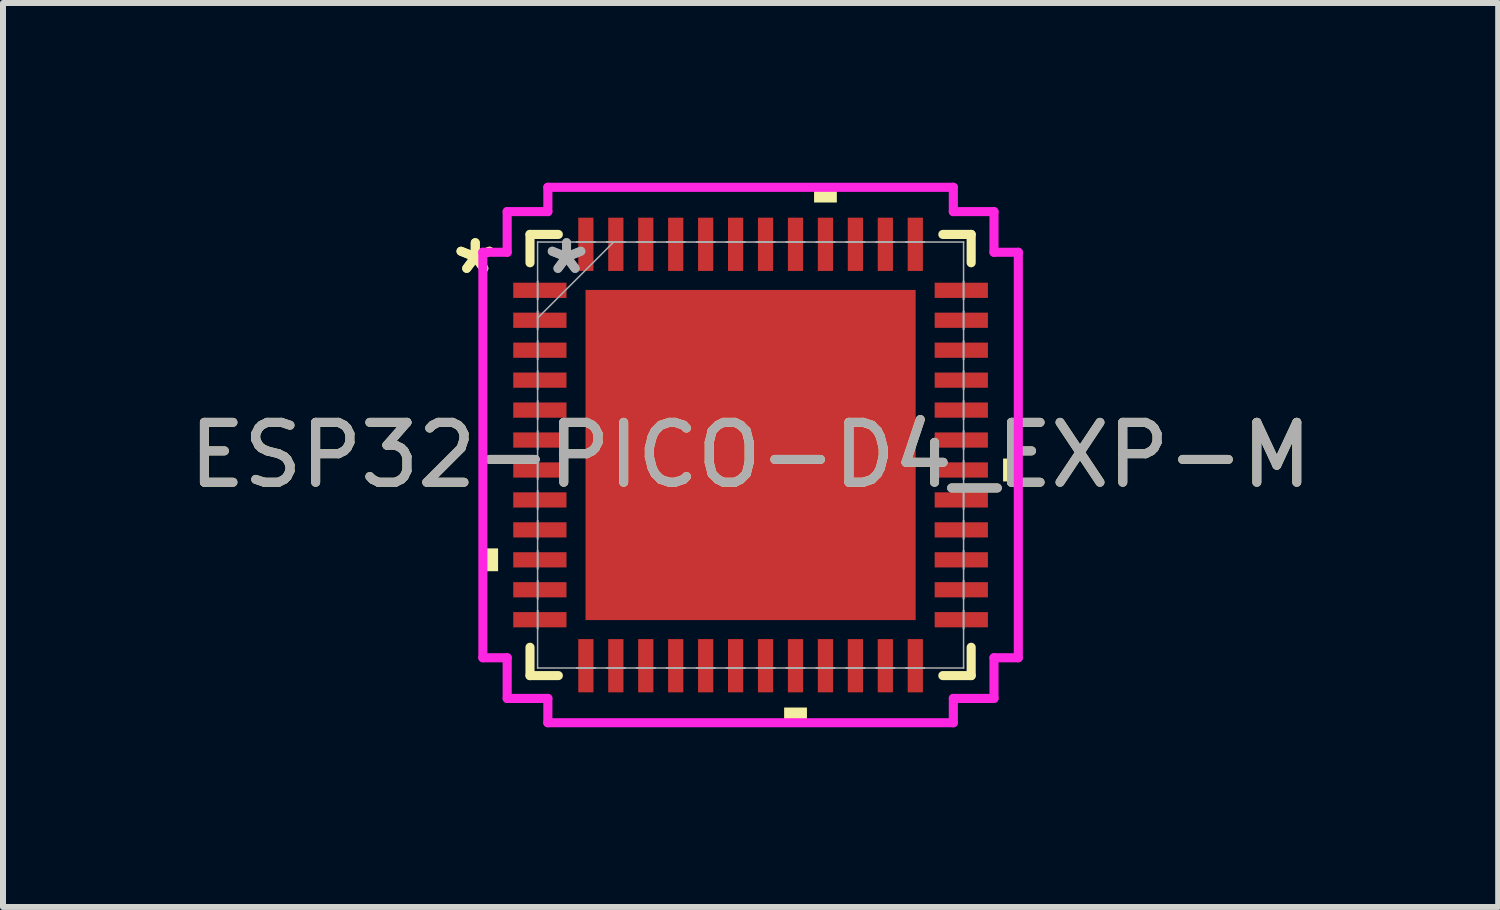
<source format=kicad_pcb>
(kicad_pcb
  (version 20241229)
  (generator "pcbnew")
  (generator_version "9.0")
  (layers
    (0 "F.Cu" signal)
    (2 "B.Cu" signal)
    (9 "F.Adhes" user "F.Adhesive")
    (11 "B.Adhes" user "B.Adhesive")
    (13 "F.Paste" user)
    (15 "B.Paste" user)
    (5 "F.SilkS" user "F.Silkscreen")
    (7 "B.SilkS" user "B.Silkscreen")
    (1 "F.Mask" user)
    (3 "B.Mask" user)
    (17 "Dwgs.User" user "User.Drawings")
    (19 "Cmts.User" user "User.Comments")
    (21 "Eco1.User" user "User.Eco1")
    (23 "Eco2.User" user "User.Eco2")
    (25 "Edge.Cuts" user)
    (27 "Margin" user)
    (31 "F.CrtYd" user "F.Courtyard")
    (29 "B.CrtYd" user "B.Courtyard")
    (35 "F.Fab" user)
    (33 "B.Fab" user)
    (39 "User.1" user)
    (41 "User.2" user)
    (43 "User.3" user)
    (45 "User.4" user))
  (footprint "ESP32-PICO-D4_EXP-M"
    (layer "F.Cu")
    (at 9.482 4.547)
    (property "Reference" "ESP32-PICO-D4_EXP-M" (at 0 0 0) (unlocked yes) (layer "F.SilkS") (effects (font (size 1 1) (thickness 0.15))))
    (attr smd)
    (fp_line (start -3.683 -3.683) (end -3.683 -3.21) (stroke (width 0.152) (type solid)) (layer "F.SilkS"))
    (fp_line (start -3.683 3.21) (end -3.683 3.683) (stroke (width 0.152) (type solid)) (layer "F.SilkS"))
    (fp_line (start -3.683 3.683) (end -3.21 3.683) (stroke (width 0.152) (type solid)) (layer "F.SilkS"))
    (fp_line (start -3.21 -3.683) (end -3.683 -3.683) (stroke (width 0.152) (type solid)) (layer "F.SilkS"))
    (fp_line (start 3.21 3.683) (end 3.683 3.683) (stroke (width 0.152) (type solid)) (layer "F.SilkS"))
    (fp_line (start 3.683 -3.683) (end 3.21 -3.683) (stroke (width 0.152) (type solid)) (layer "F.SilkS"))
    (fp_line (start 3.683 -3.21) (end 3.683 -3.683) (stroke (width 0.152) (type solid)) (layer "F.SilkS"))
    (fp_line (start 3.683 3.683) (end 3.683 3.21) (stroke (width 0.152) (type solid)) (layer "F.SilkS"))
    (fp_poly (pts (xy -4.47 1.559) (xy -4.47 1.94) (xy -4.216 1.94) (xy -4.216 1.559)) (stroke (width 0) (type solid)) (fill yes) (layer "F.SilkS"))
    (fp_poly (pts (xy 0.56 4.216) (xy 0.56 4.47) (xy 0.941 4.47) (xy 0.941 4.216)) (stroke (width 0) (type solid)) (fill yes) (layer "F.SilkS"))
    (fp_poly (pts (xy 1.06 -4.216) (xy 1.06 -4.47) (xy 1.44 -4.47) (xy 1.44 -4.216)) (stroke (width 0) (type solid)) (fill yes) (layer "F.SilkS"))
    (fp_poly (pts (xy 4.47 0.059) (xy 4.47 0.441) (xy 4.216 0.441) (xy 4.216 0.059)) (stroke (width 0) (type solid)) (fill yes) (layer "F.SilkS"))
    (fp_poly (pts (xy -2.656 -2.656) (xy -2.656 -1.478) (xy -1.478 -1.478) (xy -1.478 -2.656)) (stroke (width 0) (type solid)) (fill yes) (layer "F.Paste"))
    (fp_poly (pts (xy -2.656 -1.278) (xy -2.656 -0.1) (xy -1.478 -0.1) (xy -1.478 -1.278)) (stroke (width 0) (type solid)) (fill yes) (layer "F.Paste"))
    (fp_poly (pts (xy -2.656 0.1) (xy -2.656 1.278) (xy -1.478 1.278) (xy -1.478 0.1)) (stroke (width 0) (type solid)) (fill yes) (layer "F.Paste"))
    (fp_poly (pts (xy -2.656 1.478) (xy -2.656 2.656) (xy -1.478 2.656) (xy -1.478 1.478)) (stroke (width 0) (type solid)) (fill yes) (layer "F.Paste"))
    (fp_poly (pts (xy -1.278 -2.656) (xy -1.278 -1.478) (xy -0.1 -1.478) (xy -0.1 -2.656)) (stroke (width 0) (type solid)) (fill yes) (layer "F.Paste"))
    (fp_poly (pts (xy -1.278 -1.278) (xy -1.278 -0.1) (xy -0.1 -0.1) (xy -0.1 -1.278)) (stroke (width 0) (type solid)) (fill yes) (layer "F.Paste"))
    (fp_poly (pts (xy -1.278 0.1) (xy -1.278 1.278) (xy -0.1 1.278) (xy -0.1 0.1)) (stroke (width 0) (type solid)) (fill yes) (layer "F.Paste"))
    (fp_poly (pts (xy -1.278 1.478) (xy -1.278 2.656) (xy -0.1 2.656) (xy -0.1 1.478)) (stroke (width 0) (type solid)) (fill yes) (layer "F.Paste"))
    (fp_poly (pts (xy 0.1 -2.656) (xy 0.1 -1.478) (xy 1.278 -1.478) (xy 1.278 -2.656)) (stroke (width 0) (type solid)) (fill yes) (layer "F.Paste"))
    (fp_poly (pts (xy 0.1 -1.278) (xy 0.1 -0.1) (xy 1.278 -0.1) (xy 1.278 -1.278)) (stroke (width 0) (type solid)) (fill yes) (layer "F.Paste"))
    (fp_poly (pts (xy 0.1 0.1) (xy 0.1 1.278) (xy 1.278 1.278) (xy 1.278 0.1)) (stroke (width 0) (type solid)) (fill yes) (layer "F.Paste"))
    (fp_poly (pts (xy 0.1 1.478) (xy 0.1 2.656) (xy 1.278 2.656) (xy 1.278 1.478)) (stroke (width 0) (type solid)) (fill yes) (layer "F.Paste"))
    (fp_poly (pts (xy 1.478 -2.656) (xy 1.478 -1.478) (xy 2.656 -1.478) (xy 2.656 -2.656)) (stroke (width 0) (type solid)) (fill yes) (layer "F.Paste"))
    (fp_poly (pts (xy 1.478 -1.278) (xy 1.478 -0.1) (xy 2.656 -0.1) (xy 2.656 -1.278)) (stroke (width 0) (type solid)) (fill yes) (layer "F.Paste"))
    (fp_poly (pts (xy 1.478 0.1) (xy 1.478 1.278) (xy 2.656 1.278) (xy 2.656 0.1)) (stroke (width 0) (type solid)) (fill yes) (layer "F.Paste"))
    (fp_poly (pts (xy 1.478 1.478) (xy 1.478 2.656) (xy 2.656 2.656) (xy 2.656 1.478)) (stroke (width 0) (type solid)) (fill yes) (layer "F.Paste"))
    (fp_line (start -4.47 -3.385) (end -4.064 -3.385) (stroke (width 0.152) (type solid)) (layer "F.CrtYd"))
    (fp_line (start -4.47 3.385) (end -4.47 -3.385) (stroke (width 0.152) (type solid)) (layer "F.CrtYd"))
    (fp_line (start -4.064 -4.064) (end -3.385 -4.064) (stroke (width 0.152) (type solid)) (layer "F.CrtYd"))
    (fp_line (start -4.064 -3.385) (end -4.064 -4.064) (stroke (width 0.152) (type solid)) (layer "F.CrtYd"))
    (fp_line (start -4.064 3.385) (end -4.47 3.385) (stroke (width 0.152) (type solid)) (layer "F.CrtYd"))
    (fp_line (start -4.064 4.064) (end -4.064 3.385) (stroke (width 0.152) (type solid)) (layer "F.CrtYd"))
    (fp_line (start -3.385 -4.47) (end 3.385 -4.47) (stroke (width 0.152) (type solid)) (layer "F.CrtYd"))
    (fp_line (start -3.385 -4.064) (end -3.385 -4.47) (stroke (width 0.152) (type solid)) (layer "F.CrtYd"))
    (fp_line (start -3.385 4.064) (end -4.064 4.064) (stroke (width 0.152) (type solid)) (layer "F.CrtYd"))
    (fp_line (start -3.385 4.47) (end -3.385 4.064) (stroke (width 0.152) (type solid)) (layer "F.CrtYd"))
    (fp_line (start 3.385 -4.47) (end 3.385 -4.064) (stroke (width 0.152) (type solid)) (layer "F.CrtYd"))
    (fp_line (start 3.385 -4.064) (end 4.064 -4.064) (stroke (width 0.152) (type solid)) (layer "F.CrtYd"))
    (fp_line (start 3.385 4.064) (end 3.385 4.47) (stroke (width 0.152) (type solid)) (layer "F.CrtYd"))
    (fp_line (start 3.385 4.47) (end -3.385 4.47) (stroke (width 0.152) (type solid)) (layer "F.CrtYd"))
    (fp_line (start 4.064 -4.064) (end 4.064 -3.385) (stroke (width 0.152) (type solid)) (layer "F.CrtYd"))
    (fp_line (start 4.064 -3.385) (end 4.47 -3.385) (stroke (width 0.152) (type solid)) (layer "F.CrtYd"))
    (fp_line (start 4.064 3.385) (end 4.064 4.064) (stroke (width 0.152) (type solid)) (layer "F.CrtYd"))
    (fp_line (start 4.064 4.064) (end 3.385 4.064) (stroke (width 0.152) (type solid)) (layer "F.CrtYd"))
    (fp_line (start 4.47 -3.385) (end 4.47 3.385) (stroke (width 0.152) (type solid)) (layer "F.CrtYd"))
    (fp_line (start 4.47 3.385) (end 4.064 3.385) (stroke (width 0.152) (type solid)) (layer "F.CrtYd"))
    (fp_line (start -3.556 -3.556) (end -3.556 -3.556) (stroke (width 0.025) (type solid)) (layer "F.Fab"))
    (fp_line (start -3.556 -3.556) (end -3.556 3.556) (stroke (width 0.025) (type solid)) (layer "F.Fab"))
    (fp_line (start -3.556 -2.902) (end -3.556 -2.902) (stroke (width 0.025) (type solid)) (layer "F.Fab"))
    (fp_line (start -3.556 -2.902) (end -3.556 -2.598) (stroke (width 0.025) (type solid)) (layer "F.Fab"))
    (fp_line (start -3.556 -2.598) (end -3.556 -2.902) (stroke (width 0.025) (type solid)) (layer "F.Fab"))
    (fp_line (start -3.556 -2.598) (end -3.556 -2.598) (stroke (width 0.025) (type solid)) (layer "F.Fab"))
    (fp_line (start -3.556 -2.402) (end -3.556 -2.402) (stroke (width 0.025) (type solid)) (layer "F.Fab"))
    (fp_line (start -3.556 -2.402) (end -3.556 -2.098) (stroke (width 0.025) (type solid)) (layer "F.Fab"))
    (fp_line (start -3.556 -2.286) (end -2.286 -3.556) (stroke (width 0.025) (type solid)) (layer "F.Fab"))
    (fp_line (start -3.556 -2.098) (end -3.556 -2.402) (stroke (width 0.025) (type solid)) (layer "F.Fab"))
    (fp_line (start -3.556 -2.098) (end -3.556 -2.098) (stroke (width 0.025) (type solid)) (layer "F.Fab"))
    (fp_line (start -3.556 -1.902) (end -3.556 -1.902) (stroke (width 0.025) (type solid)) (layer "F.Fab"))
    (fp_line (start -3.556 -1.902) (end -3.556 -1.598) (stroke (width 0.025) (type solid)) (layer "F.Fab"))
    (fp_line (start -3.556 -1.598) (end -3.556 -1.902) (stroke (width 0.025) (type solid)) (layer "F.Fab"))
    (fp_line (start -3.556 -1.598) (end -3.556 -1.598) (stroke (width 0.025) (type solid)) (layer "F.Fab"))
    (fp_line (start -3.556 -1.402) (end -3.556 -1.402) (stroke (width 0.025) (type solid)) (layer "F.Fab"))
    (fp_line (start -3.556 -1.402) (end -3.556 -1.098) (stroke (width 0.025) (type solid)) (layer "F.Fab"))
    (fp_line (start -3.556 -1.098) (end -3.556 -1.402) (stroke (width 0.025) (type solid)) (layer "F.Fab"))
    (fp_line (start -3.556 -1.098) (end -3.556 -1.098) (stroke (width 0.025) (type solid)) (layer "F.Fab"))
    (fp_line (start -3.556 -0.902) (end -3.556 -0.902) (stroke (width 0.025) (type solid)) (layer "F.Fab"))
    (fp_line (start -3.556 -0.902) (end -3.556 -0.598) (stroke (width 0.025) (type solid)) (layer "F.Fab"))
    (fp_line (start -3.556 -0.598) (end -3.556 -0.902) (stroke (width 0.025) (type solid)) (layer "F.Fab"))
    (fp_line (start -3.556 -0.598) (end -3.556 -0.598) (stroke (width 0.025) (type solid)) (layer "F.Fab"))
    (fp_line (start -3.556 -0.402) (end -3.556 -0.402) (stroke (width 0.025) (type solid)) (layer "F.Fab"))
    (fp_line (start -3.556 -0.402) (end -3.556 -0.098) (stroke (width 0.025) (type solid)) (layer "F.Fab"))
    (fp_line (start -3.556 -0.098) (end -3.556 -0.402) (stroke (width 0.025) (type solid)) (layer "F.Fab"))
    (fp_line (start -3.556 -0.098) (end -3.556 -0.098) (stroke (width 0.025) (type solid)) (layer "F.Fab"))
    (fp_line (start -3.556 0.098) (end -3.556 0.098) (stroke (width 0.025) (type solid)) (layer "F.Fab"))
    (fp_line (start -3.556 0.098) (end -3.556 0.402) (stroke (width 0.025) (type solid)) (layer "F.Fab"))
    (fp_line (start -3.556 0.402) (end -3.556 0.098) (stroke (width 0.025) (type solid)) (layer "F.Fab"))
    (fp_line (start -3.556 0.402) (end -3.556 0.402) (stroke (width 0.025) (type solid)) (layer "F.Fab"))
    (fp_line (start -3.556 0.598) (end -3.556 0.598) (stroke (width 0.025) (type solid)) (layer "F.Fab"))
    (fp_line (start -3.556 0.598) (end -3.556 0.902) (stroke (width 0.025) (type solid)) (layer "F.Fab"))
    (fp_line (start -3.556 0.902) (end -3.556 0.598) (stroke (width 0.025) (type solid)) (layer "F.Fab"))
    (fp_line (start -3.556 0.902) (end -3.556 0.902) (stroke (width 0.025) (type solid)) (layer "F.Fab"))
    (fp_line (start -3.556 1.098) (end -3.556 1.098) (stroke (width 0.025) (type solid)) (layer "F.Fab"))
    (fp_line (start -3.556 1.098) (end -3.556 1.402) (stroke (width 0.025) (type solid)) (layer "F.Fab"))
    (fp_line (start -3.556 1.402) (end -3.556 1.098) (stroke (width 0.025) (type solid)) (layer "F.Fab"))
    (fp_line (start -3.556 1.402) (end -3.556 1.402) (stroke (width 0.025) (type solid)) (layer "F.Fab"))
    (fp_line (start -3.556 1.598) (end -3.556 1.598) (stroke (width 0.025) (type solid)) (layer "F.Fab"))
    (fp_line (start -3.556 1.598) (end -3.556 1.902) (stroke (width 0.025) (type solid)) (layer "F.Fab"))
    (fp_line (start -3.556 1.902) (end -3.556 1.598) (stroke (width 0.025) (type solid)) (layer "F.Fab"))
    (fp_line (start -3.556 1.902) (end -3.556 1.902) (stroke (width 0.025) (type solid)) (layer "F.Fab"))
    (fp_line (start -3.556 2.098) (end -3.556 2.098) (stroke (width 0.025) (type solid)) (layer "F.Fab"))
    (fp_line (start -3.556 2.098) (end -3.556 2.402) (stroke (width 0.025) (type solid)) (layer "F.Fab"))
    (fp_line (start -3.556 2.402) (end -3.556 2.098) (stroke (width 0.025) (type solid)) (layer "F.Fab"))
    (fp_line (start -3.556 2.402) (end -3.556 2.402) (stroke (width 0.025) (type solid)) (layer "F.Fab"))
    (fp_line (start -3.556 2.598) (end -3.556 2.598) (stroke (width 0.025) (type solid)) (layer "F.Fab"))
    (fp_line (start -3.556 2.598) (end -3.556 2.902) (stroke (width 0.025) (type solid)) (layer "F.Fab"))
    (fp_line (start -3.556 2.902) (end -3.556 2.598) (stroke (width 0.025) (type solid)) (layer "F.Fab"))
    (fp_line (start -3.556 2.902) (end -3.556 2.902) (stroke (width 0.025) (type solid)) (layer "F.Fab"))
    (fp_line (start -3.556 3.556) (end -3.556 3.556) (stroke (width 0.025) (type solid)) (layer "F.Fab"))
    (fp_line (start -3.556 3.556) (end 3.556 3.556) (stroke (width 0.025) (type solid)) (layer "F.Fab"))
    (fp_line (start -2.902 -3.556) (end -2.902 -3.556) (stroke (width 0.025) (type solid)) (layer "F.Fab"))
    (fp_line (start -2.902 -3.556) (end -2.598 -3.556) (stroke (width 0.025) (type solid)) (layer "F.Fab"))
    (fp_line (start -2.902 3.556) (end -2.902 3.556) (stroke (width 0.025) (type solid)) (layer "F.Fab"))
    (fp_line (start -2.902 3.556) (end -2.598 3.556) (stroke (width 0.025) (type solid)) (layer "F.Fab"))
    (fp_line (start -2.598 -3.556) (end -2.902 -3.556) (stroke (width 0.025) (type solid)) (layer "F.Fab"))
    (fp_line (start -2.598 -3.556) (end -2.598 -3.556) (stroke (width 0.025) (type solid)) (layer "F.Fab"))
    (fp_line (start -2.598 3.556) (end -2.902 3.556) (stroke (width 0.025) (type solid)) (layer "F.Fab"))
    (fp_line (start -2.598 3.556) (end -2.598 3.556) (stroke (width 0.025) (type solid)) (layer "F.Fab"))
    (fp_line (start -2.402 -3.556) (end -2.402 -3.556) (stroke (width 0.025) (type solid)) (layer "F.Fab"))
    (fp_line (start -2.402 -3.556) (end -2.098 -3.556) (stroke (width 0.025) (type solid)) (layer "F.Fab"))
    (fp_line (start -2.402 3.556) (end -2.402 3.556) (stroke (width 0.025) (type solid)) (layer "F.Fab"))
    (fp_line (start -2.402 3.556) (end -2.098 3.556) (stroke (width 0.025) (type solid)) (layer "F.Fab"))
    (fp_line (start -2.098 -3.556) (end -2.402 -3.556) (stroke (width 0.025) (type solid)) (layer "F.Fab"))
    (fp_line (start -2.098 -3.556) (end -2.098 -3.556) (stroke (width 0.025) (type solid)) (layer "F.Fab"))
    (fp_line (start -2.098 3.556) (end -2.402 3.556) (stroke (width 0.025) (type solid)) (layer "F.Fab"))
    (fp_line (start -2.098 3.556) (end -2.098 3.556) (stroke (width 0.025) (type solid)) (layer "F.Fab"))
    (fp_line (start -1.902 -3.556) (end -1.902 -3.556) (stroke (width 0.025) (type solid)) (layer "F.Fab"))
    (fp_line (start -1.902 -3.556) (end -1.598 -3.556) (stroke (width 0.025) (type solid)) (layer "F.Fab"))
    (fp_line (start -1.902 3.556) (end -1.902 3.556) (stroke (width 0.025) (type solid)) (layer "F.Fab"))
    (fp_line (start -1.902 3.556) (end -1.598 3.556) (stroke (width 0.025) (type solid)) (layer "F.Fab"))
    (fp_line (start -1.598 -3.556) (end -1.902 -3.556) (stroke (width 0.025) (type solid)) (layer "F.Fab"))
    (fp_line (start -1.598 -3.556) (end -1.598 -3.556) (stroke (width 0.025) (type solid)) (layer "F.Fab"))
    (fp_line (start -1.598 3.556) (end -1.902 3.556) (stroke (width 0.025) (type solid)) (layer "F.Fab"))
    (fp_line (start -1.598 3.556) (end -1.598 3.556) (stroke (width 0.025) (type solid)) (layer "F.Fab"))
    (fp_line (start -1.402 -3.556) (end -1.402 -3.556) (stroke (width 0.025) (type solid)) (layer "F.Fab"))
    (fp_line (start -1.402 -3.556) (end -1.098 -3.556) (stroke (width 0.025) (type solid)) (layer "F.Fab"))
    (fp_line (start -1.402 3.556) (end -1.402 3.556) (stroke (width 0.025) (type solid)) (layer "F.Fab"))
    (fp_line (start -1.402 3.556) (end -1.098 3.556) (stroke (width 0.025) (type solid)) (layer "F.Fab"))
    (fp_line (start -1.098 -3.556) (end -1.402 -3.556) (stroke (width 0.025) (type solid)) (layer "F.Fab"))
    (fp_line (start -1.098 -3.556) (end -1.098 -3.556) (stroke (width 0.025) (type solid)) (layer "F.Fab"))
    (fp_line (start -1.098 3.556) (end -1.402 3.556) (stroke (width 0.025) (type solid)) (layer "F.Fab"))
    (fp_line (start -1.098 3.556) (end -1.098 3.556) (stroke (width 0.025) (type solid)) (layer "F.Fab"))
    (fp_line (start -0.902 -3.556) (end -0.902 -3.556) (stroke (width 0.025) (type solid)) (layer "F.Fab"))
    (fp_line (start -0.902 -3.556) (end -0.598 -3.556) (stroke (width 0.025) (type solid)) (layer "F.Fab"))
    (fp_line (start -0.902 3.556) (end -0.902 3.556) (stroke (width 0.025) (type solid)) (layer "F.Fab"))
    (fp_line (start -0.902 3.556) (end -0.598 3.556) (stroke (width 0.025) (type solid)) (layer "F.Fab"))
    (fp_line (start -0.598 -3.556) (end -0.902 -3.556) (stroke (width 0.025) (type solid)) (layer "F.Fab"))
    (fp_line (start -0.598 -3.556) (end -0.598 -3.556) (stroke (width 0.025) (type solid)) (layer "F.Fab"))
    (fp_line (start -0.598 3.556) (end -0.902 3.556) (stroke (width 0.025) (type solid)) (layer "F.Fab"))
    (fp_line (start -0.598 3.556) (end -0.598 3.556) (stroke (width 0.025) (type solid)) (layer "F.Fab"))
    (fp_line (start -0.402 -3.556) (end -0.402 -3.556) (stroke (width 0.025) (type solid)) (layer "F.Fab"))
    (fp_line (start -0.402 -3.556) (end -0.098 -3.556) (stroke (width 0.025) (type solid)) (layer "F.Fab"))
    (fp_line (start -0.402 3.556) (end -0.402 3.556) (stroke (width 0.025) (type solid)) (layer "F.Fab"))
    (fp_line (start -0.402 3.556) (end -0.098 3.556) (stroke (width 0.025) (type solid)) (layer "F.Fab"))
    (fp_line (start -0.098 -3.556) (end -0.402 -3.556) (stroke (width 0.025) (type solid)) (layer "F.Fab"))
    (fp_line (start -0.098 -3.556) (end -0.098 -3.556) (stroke (width 0.025) (type solid)) (layer "F.Fab"))
    (fp_line (start -0.098 3.556) (end -0.402 3.556) (stroke (width 0.025) (type solid)) (layer "F.Fab"))
    (fp_line (start -0.098 3.556) (end -0.098 3.556) (stroke (width 0.025) (type solid)) (layer "F.Fab"))
    (fp_line (start 0.098 -3.556) (end 0.098 -3.556) (stroke (width 0.025) (type solid)) (layer "F.Fab"))
    (fp_line (start 0.098 -3.556) (end 0.402 -3.556) (stroke (width 0.025) (type solid)) (layer "F.Fab"))
    (fp_line (start 0.098 3.556) (end 0.098 3.556) (stroke (width 0.025) (type solid)) (layer "F.Fab"))
    (fp_line (start 0.098 3.556) (end 0.402 3.556) (stroke (width 0.025) (type solid)) (layer "F.Fab"))
    (fp_line (start 0.402 -3.556) (end 0.098 -3.556) (stroke (width 0.025) (type solid)) (layer "F.Fab"))
    (fp_line (start 0.402 -3.556) (end 0.402 -3.556) (stroke (width 0.025) (type solid)) (layer "F.Fab"))
    (fp_line (start 0.402 3.556) (end 0.098 3.556) (stroke (width 0.025) (type solid)) (layer "F.Fab"))
    (fp_line (start 0.402 3.556) (end 0.402 3.556) (stroke (width 0.025) (type solid)) (layer "F.Fab"))
    (fp_line (start 0.598 -3.556) (end 0.598 -3.556) (stroke (width 0.025) (type solid)) (layer "F.Fab"))
    (fp_line (start 0.598 -3.556) (end 0.902 -3.556) (stroke (width 0.025) (type solid)) (layer "F.Fab"))
    (fp_line (start 0.598 3.556) (end 0.598 3.556) (stroke (width 0.025) (type solid)) (layer "F.Fab"))
    (fp_line (start 0.598 3.556) (end 0.902 3.556) (stroke (width 0.025) (type solid)) (layer "F.Fab"))
    (fp_line (start 0.902 -3.556) (end 0.598 -3.556) (stroke (width 0.025) (type solid)) (layer "F.Fab"))
    (fp_line (start 0.902 -3.556) (end 0.902 -3.556) (stroke (width 0.025) (type solid)) (layer "F.Fab"))
    (fp_line (start 0.902 3.556) (end 0.598 3.556) (stroke (width 0.025) (type solid)) (layer "F.Fab"))
    (fp_line (start 0.902 3.556) (end 0.902 3.556) (stroke (width 0.025) (type solid)) (layer "F.Fab"))
    (fp_line (start 1.098 -3.556) (end 1.098 -3.556) (stroke (width 0.025) (type solid)) (layer "F.Fab"))
    (fp_line (start 1.098 -3.556) (end 1.402 -3.556) (stroke (width 0.025) (type solid)) (layer "F.Fab"))
    (fp_line (start 1.098 3.556) (end 1.098 3.556) (stroke (width 0.025) (type solid)) (layer "F.Fab"))
    (fp_line (start 1.098 3.556) (end 1.402 3.556) (stroke (width 0.025) (type solid)) (layer "F.Fab"))
    (fp_line (start 1.402 -3.556) (end 1.098 -3.556) (stroke (width 0.025) (type solid)) (layer "F.Fab"))
    (fp_line (start 1.402 -3.556) (end 1.402 -3.556) (stroke (width 0.025) (type solid)) (layer "F.Fab"))
    (fp_line (start 1.402 3.556) (end 1.098 3.556) (stroke (width 0.025) (type solid)) (layer "F.Fab"))
    (fp_line (start 1.402 3.556) (end 1.402 3.556) (stroke (width 0.025) (type solid)) (layer "F.Fab"))
    (fp_line (start 1.598 -3.556) (end 1.598 -3.556) (stroke (width 0.025) (type solid)) (layer "F.Fab"))
    (fp_line (start 1.598 -3.556) (end 1.902 -3.556) (stroke (width 0.025) (type solid)) (layer "F.Fab"))
    (fp_line (start 1.598 3.556) (end 1.598 3.556) (stroke (width 0.025) (type solid)) (layer "F.Fab"))
    (fp_line (start 1.598 3.556) (end 1.902 3.556) (stroke (width 0.025) (type solid)) (layer "F.Fab"))
    (fp_line (start 1.902 -3.556) (end 1.598 -3.556) (stroke (width 0.025) (type solid)) (layer "F.Fab"))
    (fp_line (start 1.902 -3.556) (end 1.902 -3.556) (stroke (width 0.025) (type solid)) (layer "F.Fab"))
    (fp_line (start 1.902 3.556) (end 1.598 3.556) (stroke (width 0.025) (type solid)) (layer "F.Fab"))
    (fp_line (start 1.902 3.556) (end 1.902 3.556) (stroke (width 0.025) (type solid)) (layer "F.Fab"))
    (fp_line (start 2.098 -3.556) (end 2.098 -3.556) (stroke (width 0.025) (type solid)) (layer "F.Fab"))
    (fp_line (start 2.098 -3.556) (end 2.402 -3.556) (stroke (width 0.025) (type solid)) (layer "F.Fab"))
    (fp_line (start 2.098 3.556) (end 2.098 3.556) (stroke (width 0.025) (type solid)) (layer "F.Fab"))
    (fp_line (start 2.098 3.556) (end 2.402 3.556) (stroke (width 0.025) (type solid)) (layer "F.Fab"))
    (fp_line (start 2.402 -3.556) (end 2.098 -3.556) (stroke (width 0.025) (type solid)) (layer "F.Fab"))
    (fp_line (start 2.402 -3.556) (end 2.402 -3.556) (stroke (width 0.025) (type solid)) (layer "F.Fab"))
    (fp_line (start 2.402 3.556) (end 2.098 3.556) (stroke (width 0.025) (type solid)) (layer "F.Fab"))
    (fp_line (start 2.402 3.556) (end 2.402 3.556) (stroke (width 0.025) (type solid)) (layer "F.Fab"))
    (fp_line (start 2.598 -3.556) (end 2.598 -3.556) (stroke (width 0.025) (type solid)) (layer "F.Fab"))
    (fp_line (start 2.598 -3.556) (end 2.902 -3.556) (stroke (width 0.025) (type solid)) (layer "F.Fab"))
    (fp_line (start 2.598 3.556) (end 2.598 3.556) (stroke (width 0.025) (type solid)) (layer "F.Fab"))
    (fp_line (start 2.598 3.556) (end 2.902 3.556) (stroke (width 0.025) (type solid)) (layer "F.Fab"))
    (fp_line (start 2.902 -3.556) (end 2.598 -3.556) (stroke (width 0.025) (type solid)) (layer "F.Fab"))
    (fp_line (start 2.902 -3.556) (end 2.902 -3.556) (stroke (width 0.025) (type solid)) (layer "F.Fab"))
    (fp_line (start 2.902 3.556) (end 2.598 3.556) (stroke (width 0.025) (type solid)) (layer "F.Fab"))
    (fp_line (start 2.902 3.556) (end 2.902 3.556) (stroke (width 0.025) (type solid)) (layer "F.Fab"))
    (fp_line (start 3.556 -3.556) (end -3.556 -3.556) (stroke (width 0.025) (type solid)) (layer "F.Fab"))
    (fp_line (start 3.556 -3.556) (end 3.556 -3.556) (stroke (width 0.025) (type solid)) (layer "F.Fab"))
    (fp_line (start 3.556 -2.902) (end 3.556 -2.902) (stroke (width 0.025) (type solid)) (layer "F.Fab"))
    (fp_line (start 3.556 -2.902) (end 3.556 -2.598) (stroke (width 0.025) (type solid)) (layer "F.Fab"))
    (fp_line (start 3.556 -2.598) (end 3.556 -2.902) (stroke (width 0.025) (type solid)) (layer "F.Fab"))
    (fp_line (start 3.556 -2.598) (end 3.556 -2.598) (stroke (width 0.025) (type solid)) (layer "F.Fab"))
    (fp_line (start 3.556 -2.402) (end 3.556 -2.402) (stroke (width 0.025) (type solid)) (layer "F.Fab"))
    (fp_line (start 3.556 -2.402) (end 3.556 -2.098) (stroke (width 0.025) (type solid)) (layer "F.Fab"))
    (fp_line (start 3.556 -2.098) (end 3.556 -2.402) (stroke (width 0.025) (type solid)) (layer "F.Fab"))
    (fp_line (start 3.556 -2.098) (end 3.556 -2.098) (stroke (width 0.025) (type solid)) (layer "F.Fab"))
    (fp_line (start 3.556 -1.902) (end 3.556 -1.902) (stroke (width 0.025) (type solid)) (layer "F.Fab"))
    (fp_line (start 3.556 -1.902) (end 3.556 -1.598) (stroke (width 0.025) (type solid)) (layer "F.Fab"))
    (fp_line (start 3.556 -1.598) (end 3.556 -1.902) (stroke (width 0.025) (type solid)) (layer "F.Fab"))
    (fp_line (start 3.556 -1.598) (end 3.556 -1.598) (stroke (width 0.025) (type solid)) (layer "F.Fab"))
    (fp_line (start 3.556 -1.402) (end 3.556 -1.402) (stroke (width 0.025) (type solid)) (layer "F.Fab"))
    (fp_line (start 3.556 -1.402) (end 3.556 -1.098) (stroke (width 0.025) (type solid)) (layer "F.Fab"))
    (fp_line (start 3.556 -1.098) (end 3.556 -1.402) (stroke (width 0.025) (type solid)) (layer "F.Fab"))
    (fp_line (start 3.556 -1.098) (end 3.556 -1.098) (stroke (width 0.025) (type solid)) (layer "F.Fab"))
    (fp_line (start 3.556 -0.902) (end 3.556 -0.902) (stroke (width 0.025) (type solid)) (layer "F.Fab"))
    (fp_line (start 3.556 -0.902) (end 3.556 -0.598) (stroke (width 0.025) (type solid)) (layer "F.Fab"))
    (fp_line (start 3.556 -0.598) (end 3.556 -0.902) (stroke (width 0.025) (type solid)) (layer "F.Fab"))
    (fp_line (start 3.556 -0.598) (end 3.556 -0.598) (stroke (width 0.025) (type solid)) (layer "F.Fab"))
    (fp_line (start 3.556 -0.402) (end 3.556 -0.402) (stroke (width 0.025) (type solid)) (layer "F.Fab"))
    (fp_line (start 3.556 -0.402) (end 3.556 -0.098) (stroke (width 0.025) (type solid)) (layer "F.Fab"))
    (fp_line (start 3.556 -0.098) (end 3.556 -0.402) (stroke (width 0.025) (type solid)) (layer "F.Fab"))
    (fp_line (start 3.556 -0.098) (end 3.556 -0.098) (stroke (width 0.025) (type solid)) (layer "F.Fab"))
    (fp_line (start 3.556 0.098) (end 3.556 0.098) (stroke (width 0.025) (type solid)) (layer "F.Fab"))
    (fp_line (start 3.556 0.098) (end 3.556 0.402) (stroke (width 0.025) (type solid)) (layer "F.Fab"))
    (fp_line (start 3.556 0.402) (end 3.556 0.098) (stroke (width 0.025) (type solid)) (layer "F.Fab"))
    (fp_line (start 3.556 0.402) (end 3.556 0.402) (stroke (width 0.025) (type solid)) (layer "F.Fab"))
    (fp_line (start 3.556 0.598) (end 3.556 0.598) (stroke (width 0.025) (type solid)) (layer "F.Fab"))
    (fp_line (start 3.556 0.598) (end 3.556 0.902) (stroke (width 0.025) (type solid)) (layer "F.Fab"))
    (fp_line (start 3.556 0.902) (end 3.556 0.598) (stroke (width 0.025) (type solid)) (layer "F.Fab"))
    (fp_line (start 3.556 0.902) (end 3.556 0.902) (stroke (width 0.025) (type solid)) (layer "F.Fab"))
    (fp_line (start 3.556 1.098) (end 3.556 1.098) (stroke (width 0.025) (type solid)) (layer "F.Fab"))
    (fp_line (start 3.556 1.098) (end 3.556 1.402) (stroke (width 0.025) (type solid)) (layer "F.Fab"))
    (fp_line (start 3.556 1.402) (end 3.556 1.098) (stroke (width 0.025) (type solid)) (layer "F.Fab"))
    (fp_line (start 3.556 1.402) (end 3.556 1.402) (stroke (width 0.025) (type solid)) (layer "F.Fab"))
    (fp_line (start 3.556 1.598) (end 3.556 1.598) (stroke (width 0.025) (type solid)) (layer "F.Fab"))
    (fp_line (start 3.556 1.598) (end 3.556 1.902) (stroke (width 0.025) (type solid)) (layer "F.Fab"))
    (fp_line (start 3.556 1.902) (end 3.556 1.598) (stroke (width 0.025) (type solid)) (layer "F.Fab"))
    (fp_line (start 3.556 1.902) (end 3.556 1.902) (stroke (width 0.025) (type solid)) (layer "F.Fab"))
    (fp_line (start 3.556 2.098) (end 3.556 2.098) (stroke (width 0.025) (type solid)) (layer "F.Fab"))
    (fp_line (start 3.556 2.098) (end 3.556 2.402) (stroke (width 0.025) (type solid)) (layer "F.Fab"))
    (fp_line (start 3.556 2.402) (end 3.556 2.098) (stroke (width 0.025) (type solid)) (layer "F.Fab"))
    (fp_line (start 3.556 2.402) (end 3.556 2.402) (stroke (width 0.025) (type solid)) (layer "F.Fab"))
    (fp_line (start 3.556 2.598) (end 3.556 2.598) (stroke (width 0.025) (type solid)) (layer "F.Fab"))
    (fp_line (start 3.556 2.598) (end 3.556 2.902) (stroke (width 0.025) (type solid)) (layer "F.Fab"))
    (fp_line (start 3.556 2.902) (end 3.556 2.598) (stroke (width 0.025) (type solid)) (layer "F.Fab"))
    (fp_line (start 3.556 2.902) (end 3.556 2.902) (stroke (width 0.025) (type solid)) (layer "F.Fab"))
    (fp_line (start 3.556 3.556) (end 3.556 -3.556) (stroke (width 0.025) (type solid)) (layer "F.Fab"))
    (fp_line (start 3.556 3.556) (end 3.556 3.556) (stroke (width 0.025) (type solid)) (layer "F.Fab"))
    (fp_text user "*" (at -4.597 -3 0) (unlocked yes) (layer "F.SilkS") (effects (font (size 1 1) (thickness 0.15))))
    (fp_text user "*" (at -4.597 -3 0) (layer "F.SilkS") (effects (font (size 1 1) (thickness 0.15))))
    (fp_text user "${REFERENCE}" (at 0 0 0) (unlocked yes) (layer "F.Fab") (effects (font (size 1 1) (thickness 0.15))))
    (fp_text user "*" (at -3.073 -3 0) (layer "F.Fab") (effects (font (size 1 1) (thickness 0.15))))
    (fp_text user "*" (at -3.073 -3 0) (unlocked yes) (layer "F.Fab") (effects (font (size 1 1) (thickness 0.15))))
    (pad "1" smd rect (at -3.518 -2.75 90) (size 0.254 0.889) (layers "F.Cu" "F.Mask" "F.Paste"))
    (pad "2" smd rect (at -3.518 -2.25 90) (size 0.254 0.889) (layers "F.Cu" "F.Mask" "F.Paste"))
    (pad "3" smd rect (at -3.518 -1.75 90) (size 0.254 0.889) (layers "F.Cu" "F.Mask" "F.Paste"))
    (pad "4" smd rect (at -3.518 -1.25 90) (size 0.254 0.889) (layers "F.Cu" "F.Mask" "F.Paste"))
    (pad "5" smd rect (at -3.518 -0.75 90) (size 0.254 0.889) (layers "F.Cu" "F.Mask" "F.Paste"))
    (pad "6" smd rect (at -3.518 -0.25 90) (size 0.254 0.889) (layers "F.Cu" "F.Mask" "F.Paste"))
    (pad "7" smd rect (at -3.518 0.25 90) (size 0.254 0.889) (layers "F.Cu" "F.Mask" "F.Paste"))
    (pad "8" smd rect (at -3.518 0.75 90) (size 0.254 0.889) (layers "F.Cu" "F.Mask" "F.Paste"))
    (pad "9" smd rect (at -3.518 1.25 90) (size 0.254 0.889) (layers "F.Cu" "F.Mask" "F.Paste"))
    (pad "10" smd rect (at -3.518 1.75 90) (size 0.254 0.889) (layers "F.Cu" "F.Mask" "F.Paste"))
    (pad "11" smd rect (at -3.518 2.25 90) (size 0.254 0.889) (layers "F.Cu" "F.Mask" "F.Paste"))
    (pad "12" smd rect (at -3.518 2.75 90) (size 0.254 0.889) (layers "F.Cu" "F.Mask" "F.Paste"))
    (pad "13" smd rect (at -2.75 3.518) (size 0.254 0.889) (layers "F.Cu" "F.Mask" "F.Paste"))
    (pad "14" smd rect (at -2.25 3.518) (size 0.254 0.889) (layers "F.Cu" "F.Mask" "F.Paste"))
    (pad "15" smd rect (at -1.75 3.518) (size 0.254 0.889) (layers "F.Cu" "F.Mask" "F.Paste"))
    (pad "16" smd rect (at -1.25 3.518) (size 0.254 0.889) (layers "F.Cu" "F.Mask" "F.Paste"))
    (pad "17" smd rect (at -0.75 3.518) (size 0.254 0.889) (layers "F.Cu" "F.Mask" "F.Paste"))
    (pad "18" smd rect (at -0.25 3.518) (size 0.254 0.889) (layers "F.Cu" "F.Mask" "F.Paste"))
    (pad "19" smd rect (at 0.25 3.518) (size 0.254 0.889) (layers "F.Cu" "F.Mask" "F.Paste"))
    (pad "20" smd rect (at 0.75 3.518) (size 0.254 0.889) (layers "F.Cu" "F.Mask" "F.Paste"))
    (pad "21" smd rect (at 1.25 3.518) (size 0.254 0.889) (layers "F.Cu" "F.Mask" "F.Paste"))
    (pad "22" smd rect (at 1.75 3.518) (size 0.254 0.889) (layers "F.Cu" "F.Mask" "F.Paste"))
    (pad "23" smd rect (at 2.25 3.518) (size 0.254 0.889) (layers "F.Cu" "F.Mask" "F.Paste"))
    (pad "24" smd rect (at 2.75 3.518) (size 0.254 0.889) (layers "F.Cu" "F.Mask" "F.Paste"))
    (pad "25" smd rect (at 3.518 2.75 90) (size 0.254 0.889) (layers "F.Cu" "F.Mask" "F.Paste"))
    (pad "26" smd rect (at 3.518 2.25 90) (size 0.254 0.889) (layers "F.Cu" "F.Mask" "F.Paste"))
    (pad "27" smd rect (at 3.518 1.75 90) (size 0.254 0.889) (layers "F.Cu" "F.Mask" "F.Paste"))
    (pad "28" smd rect (at 3.518 1.25 90) (size 0.254 0.889) (layers "F.Cu" "F.Mask" "F.Paste"))
    (pad "29" smd rect (at 3.518 0.75 90) (size 0.254 0.889) (layers "F.Cu" "F.Mask" "F.Paste"))
    (pad "30" smd rect (at 3.518 0.25 90) (size 0.254 0.889) (layers "F.Cu" "F.Mask" "F.Paste"))
    (pad "31" smd rect (at 3.518 -0.25 90) (size 0.254 0.889) (layers "F.Cu" "F.Mask" "F.Paste"))
    (pad "32" smd rect (at 3.518 -0.75 90) (size 0.254 0.889) (layers "F.Cu" "F.Mask" "F.Paste"))
    (pad "33" smd rect (at 3.518 -1.25 90) (size 0.254 0.889) (layers "F.Cu" "F.Mask" "F.Paste"))
    (pad "34" smd rect (at 3.518 -1.75 90) (size 0.254 0.889) (layers "F.Cu" "F.Mask" "F.Paste"))
    (pad "35" smd rect (at 3.518 -2.25 90) (size 0.254 0.889) (layers "F.Cu" "F.Mask" "F.Paste"))
    (pad "36" smd rect (at 3.518 -2.75 90) (size 0.254 0.889) (layers "F.Cu" "F.Mask" "F.Paste"))
    (pad "37" smd rect (at 2.75 -3.518) (size 0.254 0.889) (layers "F.Cu" "F.Mask" "F.Paste"))
    (pad "38" smd rect (at 2.25 -3.518) (size 0.254 0.889) (layers "F.Cu" "F.Mask" "F.Paste"))
    (pad "39" smd rect (at 1.75 -3.518) (size 0.254 0.889) (layers "F.Cu" "F.Mask" "F.Paste"))
    (pad "40" smd rect (at 1.25 -3.518) (size 0.254 0.889) (layers "F.Cu" "F.Mask" "F.Paste"))
    (pad "41" smd rect (at 0.75 -3.518) (size 0.254 0.889) (layers "F.Cu" "F.Mask" "F.Paste"))
    (pad "42" smd rect (at 0.25 -3.518) (size 0.254 0.889) (layers "F.Cu" "F.Mask" "F.Paste"))
    (pad "43" smd rect (at -0.25 -3.518) (size 0.254 0.889) (layers "F.Cu" "F.Mask" "F.Paste"))
    (pad "44" smd rect (at -0.75 -3.518) (size 0.254 0.889) (layers "F.Cu" "F.Mask" "F.Paste"))
    (pad "45" smd rect (at -1.25 -3.518) (size 0.254 0.889) (layers "F.Cu" "F.Mask" "F.Paste"))
    (pad "46" smd rect (at -1.75 -3.518) (size 0.254 0.889) (layers "F.Cu" "F.Mask" "F.Paste"))
    (pad "47" smd rect (at -2.25 -3.518) (size 0.254 0.889) (layers "F.Cu" "F.Mask" "F.Paste"))
    (pad "48" smd rect (at -2.75 -3.518) (size 0.254 0.889) (layers "F.Cu" "F.Mask" "F.Paste"))
    (pad "49" smd rect (at 0 0) (size 5.512 5.512) (layers "F.Cu" "F.Mask" "F.Paste")))
  (gr_rect
    (start -3 -3)
    (end 21.964 12.093)
    (stroke (width 0.1) (type default))
    (fill no)
    (layer "Edge.Cuts")))
</source>
